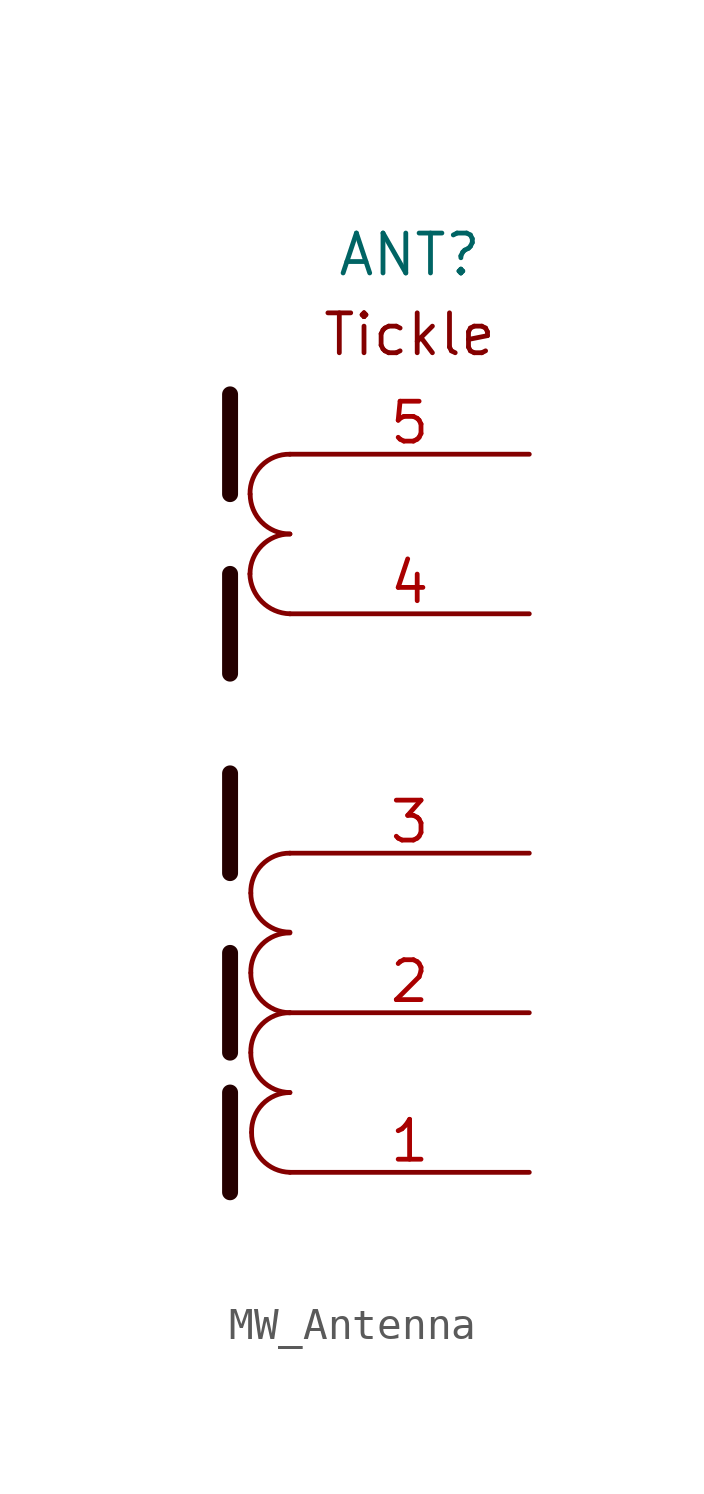
<source format=kicad_sym>
(kicad_symbol_lib
  (version 20220914)
  (generator kicad_symbol_editor)
  (symbol "MW_Antenna"
    (pin_names hide)
    (property "Reference" "ANT"
      (at 7.62 5.08 0)
      (effects (font (size 1.27 1.27))))
    (property "Value" ""
      (at 0 0 0)
      (effects (font (size 1.27 1.27))))
    (symbol "MW_Antenna_0_1"
      (arc (start 2.54 -5.08) (mid 2.9222 -5.9678) (end 3.81 -6.35) (stroke (width 0) (type default)) (fill (type none)))
      (arc (start 2.54 -2.54) (mid 2.9127 -3.4373) (end 3.81 -3.81) (stroke (width 0) (type default)) (fill (type none)))
      (arc (start 2.5654 -20.32) (mid 2.925 -21.2124) (end 3.81 -21.59) (stroke (width 0) (type default)) (fill (type none)))
      (arc (start 2.5654 -17.78) (mid 2.9249 -18.6726) (end 3.81 -19.05) (stroke (width 0) (type default)) (fill (type none)))
      (arc (start 2.5654 -15.24) (mid 2.9299 -16.1201) (end 3.81 -16.4846) (stroke (width 0) (type default)) (fill (type none)))
      (arc (start 2.5908 -22.86) (mid 2.9378 -23.7471) (end 3.81 -24.13) (stroke (width 0) (type default)) (fill (type none)))
      (arc (start 3.81 -21.59) (mid 2.9313 -21.9666) (end 2.5908 -22.86) (stroke (width 0) (type default)) (fill (type none)))
      (arc (start 3.81 -19.05) (mid 2.9158 -19.4185) (end 2.5654 -20.32) (stroke (width 0) (type default)) (fill (type none)))
      (arc (start 3.81 -16.51) (mid 2.9158 -16.8785) (end 2.5654 -17.78) (stroke (width 0) (type default)) (fill (type none)))
      (arc (start 3.81 -13.97) (mid 2.9158 -14.3385) (end 2.5654 -15.24) (stroke (width 0) (type default)) (fill (type none)))
      (arc (start 3.81 -3.81) (mid 2.912 -4.182) (end 2.54 -5.08) (stroke (width 0) (type default)) (fill (type none)))
      (arc (start 3.81 -1.27) (mid 2.9045 -1.6345) (end 2.54 -2.54) (stroke (width 0) (type default)) (fill (type none))))
    (symbol "MW_Antenna_1_1"
      (polyline (pts (xy 1.905 -24.765) (xy 1.905 -21.59)) (stroke (width 0.508) (type solid) (color 36 0 0 1)) (fill (type none)))
      (polyline (pts (xy 1.905 -20.32) (xy 1.905 -17.145)) (stroke (width 0.508) (type solid) (color 36 0 0 1)) (fill (type none)))
      (polyline (pts (xy 1.905 -14.605) (xy 1.905 -11.43)) (stroke (width 0.508) (type solid) (color 36 0 0 1)) (fill (type none)))
      (polyline (pts (xy 1.905 -8.255) (xy 1.905 -5.08)) (stroke (width 0.508) (type solid) (color 36 0 0 1)) (fill (type none)))
      (polyline (pts (xy 1.905 -2.54) (xy 1.905 0.635)) (stroke (width 0.508) (type solid) (color 36 0 0 1)) (fill (type none)))
      (text "Tickle" (at 7.62 2.54 0) (effects (font (size 1.27 1.27))))
      (pin passive line (at 11.43 -24.13 180) (length 7.62) (name "SA" (effects (font (size 1.27 1.27)))) (number "1" (effects (font (size 1.27 1.27)))))
      (pin passive line (at 11.43 -19.05 180) (length 7.62) (name "SC" (effects (font (size 1.27 1.27)))) (number "2" (effects (font (size 1.27 1.27)))))
      (pin passive line (at 11.43 -13.97 180) (length 7.62) (name "SB" (effects (font (size 1.27 1.27)))) (number "3" (effects (font (size 1.27 1.27)))))
      (pin passive line (at 11.43 -6.35 180) (length 7.62) (name "Tick2" (effects (font (size 1.27 1.27)))) (number "4" (effects (font (size 1.27 1.27)))))
      (pin passive line (at 11.43 -1.27 180) (length 7.62) (name "Tick1" (effects (font (size 1.27 1.27)))) (number "5" (effects (font (size 1.27 1.27))))))))
</source>
